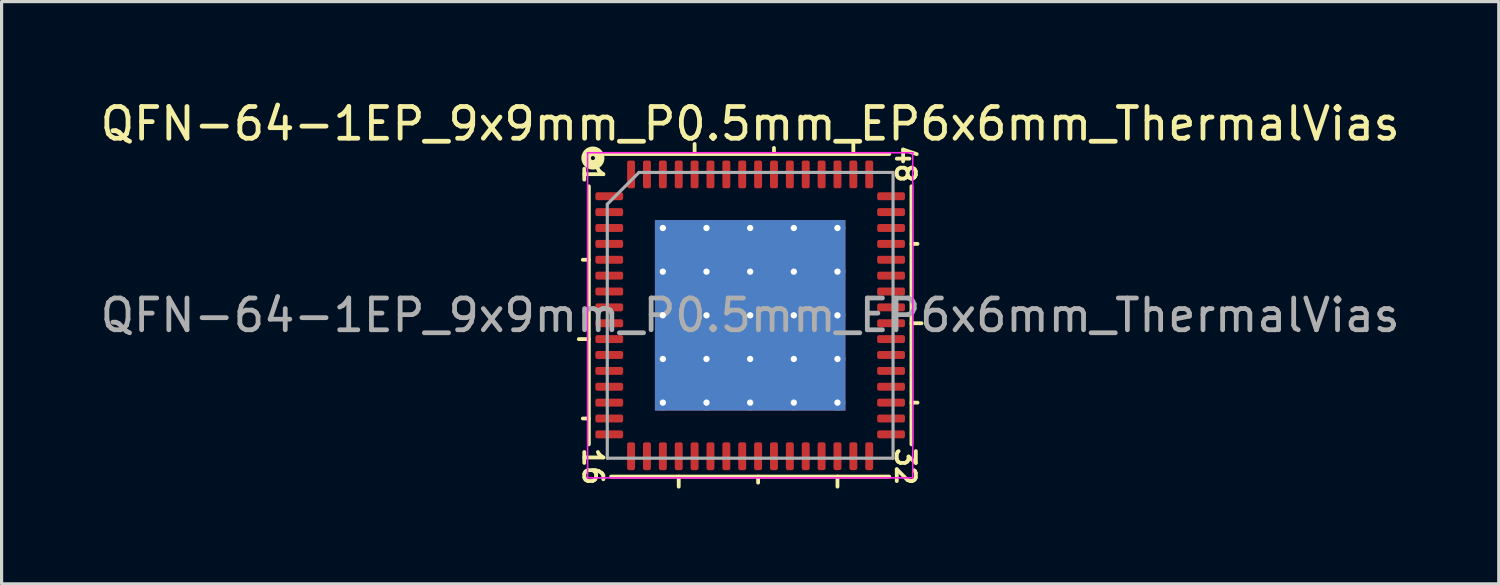
<source format=kicad_pcb>
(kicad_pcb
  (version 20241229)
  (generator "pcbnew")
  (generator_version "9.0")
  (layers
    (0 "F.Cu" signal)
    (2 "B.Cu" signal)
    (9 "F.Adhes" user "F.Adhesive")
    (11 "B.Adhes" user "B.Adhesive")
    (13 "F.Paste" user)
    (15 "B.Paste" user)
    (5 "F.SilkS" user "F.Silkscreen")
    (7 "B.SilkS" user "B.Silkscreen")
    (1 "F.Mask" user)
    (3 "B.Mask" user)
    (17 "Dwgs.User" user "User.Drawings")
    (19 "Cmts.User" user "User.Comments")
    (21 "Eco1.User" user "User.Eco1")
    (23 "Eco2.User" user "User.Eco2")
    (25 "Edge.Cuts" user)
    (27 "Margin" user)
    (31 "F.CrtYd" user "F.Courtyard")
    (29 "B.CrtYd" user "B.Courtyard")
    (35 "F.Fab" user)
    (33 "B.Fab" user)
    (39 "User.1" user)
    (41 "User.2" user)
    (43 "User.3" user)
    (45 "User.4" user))
  (footprint "QFN-64-1EP_9x9mm_P0.5mm_EP6x6mm_ThermalVias"
    (layer "F.Cu")
    (at 20.577 6.881)
    (property "Reference" "QFN-64-1EP_9x9mm_P0.5mm_EP6x6mm_ThermalVias" (at 0 -6.032 0) (layer "F.SilkS") (effects (font (size 1 1) (thickness 0.15))))
    (attr smd)
    (fp_line (start -5.08 -4.064) (end -5.08 4.064) (stroke (width 0.12) (type solid)) (layer "F.SilkS"))
    (fp_line (start -5.08 -1.75) (end -5.271 -1.75) (stroke (width 0.12) (type solid)) (layer "F.SilkS"))
    (fp_line (start -5.08 0.75) (end -5.397 0.75) (stroke (width 0.12) (type solid)) (layer "F.SilkS"))
    (fp_line (start -5.08 3.25) (end -5.271 3.25) (stroke (width 0.12) (type solid)) (layer "F.SilkS"))
    (fp_line (start -4.381 5.08) (end 4.381 5.08) (stroke (width 0.12) (type solid)) (layer "F.SilkS"))
    (fp_line (start -2.25 5.08) (end -2.25 5.397) (stroke (width 0.12) (type solid)) (layer "F.SilkS"))
    (fp_line (start -1.75 -5.08) (end -1.75 -5.397) (stroke (width 0.12) (type solid)) (layer "F.SilkS"))
    (fp_line (start 0.25 5.08) (end 0.25 5.271) (stroke (width 0.12) (type solid)) (layer "F.SilkS"))
    (fp_line (start 0.75 -5.08) (end 0.75 -5.271) (stroke (width 0.12) (type solid)) (layer "F.SilkS"))
    (fp_line (start 2.75 5.08) (end 2.75 5.397) (stroke (width 0.12) (type solid)) (layer "F.SilkS"))
    (fp_line (start 3.25 -5.08) (end 3.25 -5.397) (stroke (width 0.12) (type solid)) (layer "F.SilkS"))
    (fp_line (start 4.381 -5.08) (end -4.572 -5.08) (stroke (width 0.12) (type solid)) (layer "F.SilkS"))
    (fp_line (start 5.08 -2.25) (end 5.271 -2.25) (stroke (width 0.12) (type solid)) (layer "F.SilkS"))
    (fp_line (start 5.08 0.25) (end 5.397 0.25) (stroke (width 0.12) (type solid)) (layer "F.SilkS"))
    (fp_line (start 5.08 2.75) (end 5.271 2.75) (stroke (width 0.12) (type solid)) (layer "F.SilkS"))
    (fp_line (start 5.08 4.064) (end 5.08 -4.064) (stroke (width 0.12) (type solid)) (layer "F.SilkS"))
    (fp_circle (center -4.953 -4.953) (end -4.889 -4.953) (stroke (width 0.3) (type solid)) (fill no) (layer "F.SilkS"))
    (fp_line (start -5.12 -5.12) (end -5.12 5.12) (stroke (width 0.05) (type solid)) (layer "F.CrtYd"))
    (fp_line (start -5.12 5.12) (end 5.12 5.12) (stroke (width 0.05) (type solid)) (layer "F.CrtYd"))
    (fp_line (start 5.12 -5.12) (end -5.12 -5.12) (stroke (width 0.05) (type solid)) (layer "F.CrtYd"))
    (fp_line (start 5.12 5.12) (end 5.12 -5.12) (stroke (width 0.05) (type solid)) (layer "F.CrtYd"))
    (fp_line (start -4.5 -3.5) (end -3.5 -4.5) (stroke (width 0.1) (type solid)) (layer "F.Fab"))
    (fp_line (start -4.5 4.5) (end -4.5 -3.5) (stroke (width 0.1) (type solid)) (layer "F.Fab"))
    (fp_line (start -3.5 -4.5) (end 4.5 -4.5) (stroke (width 0.1) (type solid)) (layer "F.Fab"))
    (fp_line (start 4.5 -4.5) (end 4.5 4.5) (stroke (width 0.1) (type solid)) (layer "F.Fab"))
    (fp_line (start 4.5 4.5) (end -4.5 4.5) (stroke (width 0.1) (type solid)) (layer "F.Fab"))
    (fp_text user "32" (at 4.889 4.763 270) (unlocked yes) (layer "F.SilkS") (effects (font (size 0.6 0.6) (thickness 0.12))))
    (fp_text user "16" (at -4.953 4.763 270) (unlocked yes) (layer "F.SilkS") (effects (font (size 0.6 0.6) (thickness 0.12))))
    (fp_text user "48" (at 4.889 -4.763 270) (unlocked yes) (layer "F.SilkS") (effects (font (size 0.6 0.6) (thickness 0.12))))
    (fp_text user "1" (at -4.953 -4.445 270) (unlocked yes) (layer "F.SilkS") (effects (font (size 0.6 0.6) (thickness 0.12))))
    (fp_text user "${REFERENCE}" (at 0 0 0) (layer "F.Fab") (effects (font (size 1 1) (thickness 0.15))))
    (pad "" smd roundrect (at -2.062 -2.062) (size 1.209 1.209) (layers "F.Paste") (roundrect_rratio 0.207))
    (pad "" smd roundrect (at -2.062 -0.688) (size 1.209 1.209) (layers "F.Paste") (roundrect_rratio 0.207))
    (pad "" smd roundrect (at -2.062 0.688) (size 1.209 1.209) (layers "F.Paste") (roundrect_rratio 0.207))
    (pad "" smd roundrect (at -2.062 2.062) (size 1.209 1.209) (layers "F.Paste") (roundrect_rratio 0.207))
    (pad "" smd roundrect (at -0.688 -2.062) (size 1.209 1.209) (layers "F.Paste") (roundrect_rratio 0.207))
    (pad "" smd roundrect (at -0.688 -0.688) (size 1.209 1.209) (layers "F.Paste") (roundrect_rratio 0.207))
    (pad "" smd roundrect (at -0.688 0.688) (size 1.209 1.209) (layers "F.Paste") (roundrect_rratio 0.207))
    (pad "" smd roundrect (at -0.688 2.062) (size 1.209 1.209) (layers "F.Paste") (roundrect_rratio 0.207))
    (pad "" smd roundrect (at 0.688 -2.062) (size 1.209 1.209) (layers "F.Paste") (roundrect_rratio 0.207))
    (pad "" smd roundrect (at 0.688 -0.688) (size 1.209 1.209) (layers "F.Paste") (roundrect_rratio 0.207))
    (pad "" smd roundrect (at 0.688 0.688) (size 1.209 1.209) (layers "F.Paste") (roundrect_rratio 0.207))
    (pad "" smd roundrect (at 0.688 2.062) (size 1.209 1.209) (layers "F.Paste") (roundrect_rratio 0.207))
    (pad "" smd roundrect (at 2.062 -2.062) (size 1.209 1.209) (layers "F.Paste") (roundrect_rratio 0.207))
    (pad "" smd roundrect (at 2.062 -0.688) (size 1.209 1.209) (layers "F.Paste") (roundrect_rratio 0.207))
    (pad "" smd roundrect (at 2.062 0.688) (size 1.209 1.209) (layers "F.Paste") (roundrect_rratio 0.207))
    (pad "" smd roundrect (at 2.062 2.062) (size 1.209 1.209) (layers "F.Paste") (roundrect_rratio 0.207))
    (pad "1" smd roundrect (at -4.438 -3.75) (size 0.875 0.25) (layers "F.Cu" "F.Mask" "F.Paste") (roundrect_rratio 0.25))
    (pad "2" smd roundrect (at -4.438 -3.25) (size 0.875 0.25) (layers "F.Cu" "F.Mask" "F.Paste") (roundrect_rratio 0.25))
    (pad "3" smd roundrect (at -4.438 -2.75) (size 0.875 0.25) (layers "F.Cu" "F.Mask" "F.Paste") (roundrect_rratio 0.25))
    (pad "4" smd roundrect (at -4.438 -2.25) (size 0.875 0.25) (layers "F.Cu" "F.Mask" "F.Paste") (roundrect_rratio 0.25))
    (pad "5" smd roundrect (at -4.438 -1.75) (size 0.875 0.25) (layers "F.Cu" "F.Mask" "F.Paste") (roundrect_rratio 0.25))
    (pad "6" smd roundrect (at -4.438 -1.25) (size 0.875 0.25) (layers "F.Cu" "F.Mask" "F.Paste") (roundrect_rratio 0.25))
    (pad "7" smd roundrect (at -4.438 -0.75) (size 0.875 0.25) (layers "F.Cu" "F.Mask" "F.Paste") (roundrect_rratio 0.25))
    (pad "8" smd roundrect (at -4.438 -0.25) (size 0.875 0.25) (layers "F.Cu" "F.Mask" "F.Paste") (roundrect_rratio 0.25))
    (pad "9" smd roundrect (at -4.438 0.25) (size 0.875 0.25) (layers "F.Cu" "F.Mask" "F.Paste") (roundrect_rratio 0.25))
    (pad "10" smd roundrect (at -4.438 0.75) (size 0.875 0.25) (layers "F.Cu" "F.Mask" "F.Paste") (roundrect_rratio 0.25))
    (pad "11" smd roundrect (at -4.438 1.25) (size 0.875 0.25) (layers "F.Cu" "F.Mask" "F.Paste") (roundrect_rratio 0.25))
    (pad "12" smd roundrect (at -4.438 1.75) (size 0.875 0.25) (layers "F.Cu" "F.Mask" "F.Paste") (roundrect_rratio 0.25))
    (pad "13" smd roundrect (at -4.438 2.25) (size 0.875 0.25) (layers "F.Cu" "F.Mask" "F.Paste") (roundrect_rratio 0.25))
    (pad "14" smd roundrect (at -4.438 2.75) (size 0.875 0.25) (layers "F.Cu" "F.Mask" "F.Paste") (roundrect_rratio 0.25))
    (pad "15" smd roundrect (at -4.438 3.25) (size 0.875 0.25) (layers "F.Cu" "F.Mask" "F.Paste") (roundrect_rratio 0.25))
    (pad "16" smd roundrect (at -4.438 3.75) (size 0.875 0.25) (layers "F.Cu" "F.Mask" "F.Paste") (roundrect_rratio 0.25))
    (pad "17" smd roundrect (at -3.75 4.438) (size 0.25 0.875) (layers "F.Cu" "F.Mask" "F.Paste") (roundrect_rratio 0.25))
    (pad "18" smd roundrect (at -3.25 4.438) (size 0.25 0.875) (layers "F.Cu" "F.Mask" "F.Paste") (roundrect_rratio 0.25))
    (pad "19" smd roundrect (at -2.75 4.438) (size 0.25 0.875) (layers "F.Cu" "F.Mask" "F.Paste") (roundrect_rratio 0.25))
    (pad "20" smd roundrect (at -2.25 4.438) (size 0.25 0.875) (layers "F.Cu" "F.Mask" "F.Paste") (roundrect_rratio 0.25))
    (pad "21" smd roundrect (at -1.75 4.438) (size 0.25 0.875) (layers "F.Cu" "F.Mask" "F.Paste") (roundrect_rratio 0.25))
    (pad "22" smd roundrect (at -1.25 4.438) (size 0.25 0.875) (layers "F.Cu" "F.Mask" "F.Paste") (roundrect_rratio 0.25))
    (pad "23" smd roundrect (at -0.75 4.438) (size 0.25 0.875) (layers "F.Cu" "F.Mask" "F.Paste") (roundrect_rratio 0.25))
    (pad "24" smd roundrect (at -0.25 4.438) (size 0.25 0.875) (layers "F.Cu" "F.Mask" "F.Paste") (roundrect_rratio 0.25))
    (pad "25" smd roundrect (at 0.25 4.438) (size 0.25 0.875) (layers "F.Cu" "F.Mask" "F.Paste") (roundrect_rratio 0.25))
    (pad "26" smd roundrect (at 0.75 4.438) (size 0.25 0.875) (layers "F.Cu" "F.Mask" "F.Paste") (roundrect_rratio 0.25))
    (pad "27" smd roundrect (at 1.25 4.438) (size 0.25 0.875) (layers "F.Cu" "F.Mask" "F.Paste") (roundrect_rratio 0.25))
    (pad "28" smd roundrect (at 1.75 4.438) (size 0.25 0.875) (layers "F.Cu" "F.Mask" "F.Paste") (roundrect_rratio 0.25))
    (pad "29" smd roundrect (at 2.25 4.438) (size 0.25 0.875) (layers "F.Cu" "F.Mask" "F.Paste") (roundrect_rratio 0.25))
    (pad "30" smd roundrect (at 2.75 4.438) (size 0.25 0.875) (layers "F.Cu" "F.Mask" "F.Paste") (roundrect_rratio 0.25))
    (pad "31" smd roundrect (at 3.25 4.438) (size 0.25 0.875) (layers "F.Cu" "F.Mask" "F.Paste") (roundrect_rratio 0.25))
    (pad "32" smd roundrect (at 3.75 4.438) (size 0.25 0.875) (layers "F.Cu" "F.Mask" "F.Paste") (roundrect_rratio 0.25))
    (pad "33" smd roundrect (at 4.438 3.75) (size 0.875 0.25) (layers "F.Cu" "F.Mask" "F.Paste") (roundrect_rratio 0.25))
    (pad "34" smd roundrect (at 4.438 3.25) (size 0.875 0.25) (layers "F.Cu" "F.Mask" "F.Paste") (roundrect_rratio 0.25))
    (pad "35" smd roundrect (at 4.438 2.75) (size 0.875 0.25) (layers "F.Cu" "F.Mask" "F.Paste") (roundrect_rratio 0.25))
    (pad "36" smd roundrect (at 4.438 2.25) (size 0.875 0.25) (layers "F.Cu" "F.Mask" "F.Paste") (roundrect_rratio 0.25))
    (pad "37" smd roundrect (at 4.438 1.75) (size 0.875 0.25) (layers "F.Cu" "F.Mask" "F.Paste") (roundrect_rratio 0.25))
    (pad "38" smd roundrect (at 4.438 1.25) (size 0.875 0.25) (layers "F.Cu" "F.Mask" "F.Paste") (roundrect_rratio 0.25))
    (pad "39" smd roundrect (at 4.438 0.75) (size 0.875 0.25) (layers "F.Cu" "F.Mask" "F.Paste") (roundrect_rratio 0.25))
    (pad "40" smd roundrect (at 4.438 0.25) (size 0.875 0.25) (layers "F.Cu" "F.Mask" "F.Paste") (roundrect_rratio 0.25))
    (pad "41" smd roundrect (at 4.438 -0.25) (size 0.875 0.25) (layers "F.Cu" "F.Mask" "F.Paste") (roundrect_rratio 0.25))
    (pad "42" smd roundrect (at 4.438 -0.75) (size 0.875 0.25) (layers "F.Cu" "F.Mask" "F.Paste") (roundrect_rratio 0.25))
    (pad "43" smd roundrect (at 4.438 -1.25) (size 0.875 0.25) (layers "F.Cu" "F.Mask" "F.Paste") (roundrect_rratio 0.25))
    (pad "44" smd roundrect (at 4.438 -1.75) (size 0.875 0.25) (layers "F.Cu" "F.Mask" "F.Paste") (roundrect_rratio 0.25))
    (pad "45" smd roundrect (at 4.438 -2.25) (size 0.875 0.25) (layers "F.Cu" "F.Mask" "F.Paste") (roundrect_rratio 0.25))
    (pad "46" smd roundrect (at 4.438 -2.75) (size 0.875 0.25) (layers "F.Cu" "F.Mask" "F.Paste") (roundrect_rratio 0.25))
    (pad "47" smd roundrect (at 4.438 -3.25) (size 0.875 0.25) (layers "F.Cu" "F.Mask" "F.Paste") (roundrect_rratio 0.25))
    (pad "48" smd roundrect (at 4.438 -3.75) (size 0.875 0.25) (layers "F.Cu" "F.Mask" "F.Paste") (roundrect_rratio 0.25))
    (pad "49" smd roundrect (at 3.75 -4.438) (size 0.25 0.875) (layers "F.Cu" "F.Mask" "F.Paste") (roundrect_rratio 0.25))
    (pad "50" smd roundrect (at 3.25 -4.438) (size 0.25 0.875) (layers "F.Cu" "F.Mask" "F.Paste") (roundrect_rratio 0.25))
    (pad "51" smd roundrect (at 2.75 -4.438) (size 0.25 0.875) (layers "F.Cu" "F.Mask" "F.Paste") (roundrect_rratio 0.25))
    (pad "52" smd roundrect (at 2.25 -4.438) (size 0.25 0.875) (layers "F.Cu" "F.Mask" "F.Paste") (roundrect_rratio 0.25))
    (pad "53" smd roundrect (at 1.75 -4.438) (size 0.25 0.875) (layers "F.Cu" "F.Mask" "F.Paste") (roundrect_rratio 0.25))
    (pad "54" smd roundrect (at 1.25 -4.438) (size 0.25 0.875) (layers "F.Cu" "F.Mask" "F.Paste") (roundrect_rratio 0.25))
    (pad "55" smd roundrect (at 0.75 -4.438) (size 0.25 0.875) (layers "F.Cu" "F.Mask" "F.Paste") (roundrect_rratio 0.25))
    (pad "56" smd roundrect (at 0.25 -4.438) (size 0.25 0.875) (layers "F.Cu" "F.Mask" "F.Paste") (roundrect_rratio 0.25))
    (pad "57" smd roundrect (at -0.25 -4.438) (size 0.25 0.875) (layers "F.Cu" "F.Mask" "F.Paste") (roundrect_rratio 0.25))
    (pad "58" smd roundrect (at -0.75 -4.438) (size 0.25 0.875) (layers "F.Cu" "F.Mask" "F.Paste") (roundrect_rratio 0.25))
    (pad "59" smd roundrect (at -1.25 -4.438) (size 0.25 0.875) (layers "F.Cu" "F.Mask" "F.Paste") (roundrect_rratio 0.25))
    (pad "60" smd roundrect (at -1.75 -4.438) (size 0.25 0.875) (layers "F.Cu" "F.Mask" "F.Paste") (roundrect_rratio 0.25))
    (pad "61" smd roundrect (at -2.25 -4.438) (size 0.25 0.875) (layers "F.Cu" "F.Mask" "F.Paste") (roundrect_rratio 0.25))
    (pad "62" smd roundrect (at -2.75 -4.438) (size 0.25 0.875) (layers "F.Cu" "F.Mask" "F.Paste") (roundrect_rratio 0.25))
    (pad "63" smd roundrect (at -3.25 -4.438) (size 0.25 0.875) (layers "F.Cu" "F.Mask" "F.Paste") (roundrect_rratio 0.25))
    (pad "64" smd roundrect (at -3.75 -4.438) (size 0.25 0.875) (layers "F.Cu" "F.Mask" "F.Paste") (roundrect_rratio 0.25))
    (pad "65" thru_hole circle (at -2.75 -2.75) (size 0.5 0.5) (drill 0.2) (layers "*.Cu"))
    (pad "65" thru_hole circle (at -2.75 -1.375) (size 0.5 0.5) (drill 0.2) (layers "*.Cu"))
    (pad "65" thru_hole circle (at -2.75 0) (size 0.5 0.5) (drill 0.2) (layers "*.Cu"))
    (pad "65" thru_hole circle (at -2.75 1.375) (size 0.5 0.5) (drill 0.2) (layers "*.Cu"))
    (pad "65" thru_hole circle (at -2.75 2.75) (size 0.5 0.5) (drill 0.2) (layers "*.Cu"))
    (pad "65" thru_hole circle (at -1.375 -2.75) (size 0.5 0.5) (drill 0.2) (layers "*.Cu"))
    (pad "65" thru_hole circle (at -1.375 -1.375) (size 0.5 0.5) (drill 0.2) (layers "*.Cu"))
    (pad "65" thru_hole circle (at -1.375 0) (size 0.5 0.5) (drill 0.2) (layers "*.Cu"))
    (pad "65" thru_hole circle (at -1.375 1.375) (size 0.5 0.5) (drill 0.2) (layers "*.Cu"))
    (pad "65" thru_hole circle (at -1.375 2.75) (size 0.5 0.5) (drill 0.2) (layers "*.Cu"))
    (pad "65" thru_hole circle (at 0 -2.75) (size 0.5 0.5) (drill 0.2) (layers "*.Cu"))
    (pad "65" thru_hole circle (at 0 -1.375) (size 0.5 0.5) (drill 0.2) (layers "*.Cu"))
    (pad "65" thru_hole circle (at 0 0) (size 0.5 0.5) (drill 0.2) (layers "*.Cu"))
    (pad "65" smd rect (at 0 0) (size 6 6) (layers "F.Cu" "F.Mask"))
    (pad "65" smd rect (at 0 0) (size 6 6) (layers "B.Cu" "B.Mask"))
    (pad "65" thru_hole circle (at 0 1.375) (size 0.5 0.5) (drill 0.2) (layers "*.Cu"))
    (pad "65" thru_hole circle (at 0 2.75) (size 0.5 0.5) (drill 0.2) (layers "*.Cu"))
    (pad "65" thru_hole circle (at 1.375 -2.75) (size 0.5 0.5) (drill 0.2) (layers "*.Cu"))
    (pad "65" thru_hole circle (at 1.375 -1.375) (size 0.5 0.5) (drill 0.2) (layers "*.Cu"))
    (pad "65" thru_hole circle (at 1.375 0) (size 0.5 0.5) (drill 0.2) (layers "*.Cu"))
    (pad "65" thru_hole circle (at 1.375 1.375) (size 0.5 0.5) (drill 0.2) (layers "*.Cu"))
    (pad "65" thru_hole circle (at 1.375 2.75) (size 0.5 0.5) (drill 0.2) (layers "*.Cu"))
    (pad "65" thru_hole circle (at 2.75 -2.75) (size 0.5 0.5) (drill 0.2) (layers "*.Cu"))
    (pad "65" thru_hole circle (at 2.75 -1.375) (size 0.5 0.5) (drill 0.2) (layers "*.Cu"))
    (pad "65" thru_hole circle (at 2.75 0) (size 0.5 0.5) (drill 0.2) (layers "*.Cu"))
    (pad "65" thru_hole circle (at 2.75 1.375) (size 0.5 0.5) (drill 0.2) (layers "*.Cu"))
    (pad "65" thru_hole circle (at 2.75 2.75) (size 0.5 0.5) (drill 0.2) (layers "*.Cu")))
  (gr_rect
    (start -3 -3)
    (end 44.155 15.338)
    (stroke (width 0.1) (type default))
    (fill no)
    (layer "Edge.Cuts")))
</source>
